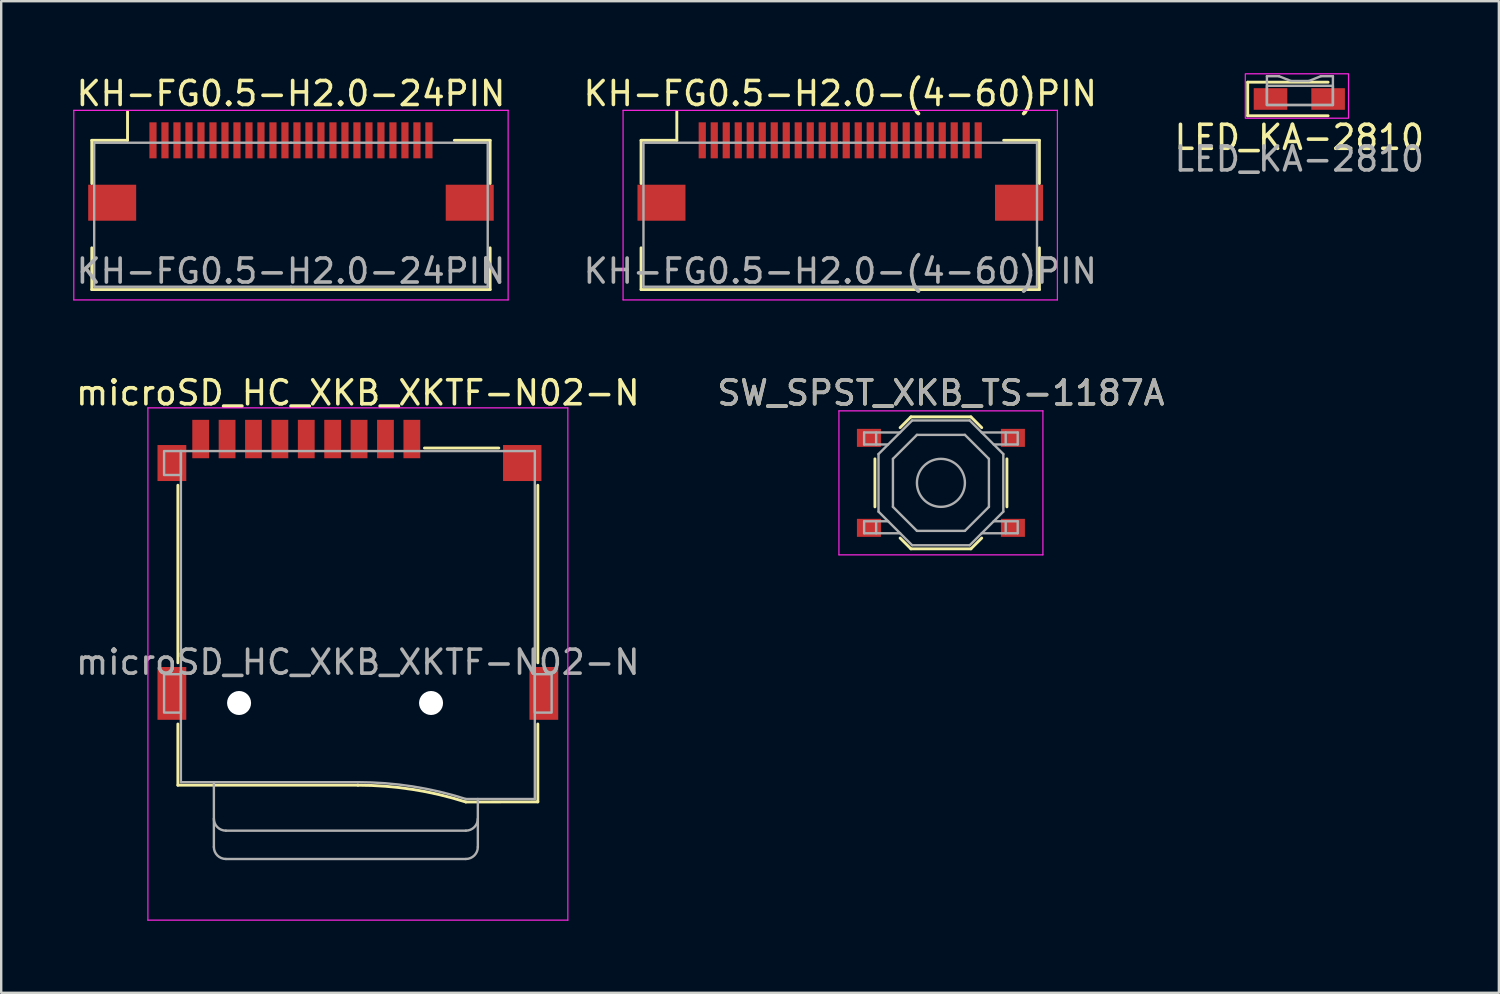
<source format=kicad_pcb>
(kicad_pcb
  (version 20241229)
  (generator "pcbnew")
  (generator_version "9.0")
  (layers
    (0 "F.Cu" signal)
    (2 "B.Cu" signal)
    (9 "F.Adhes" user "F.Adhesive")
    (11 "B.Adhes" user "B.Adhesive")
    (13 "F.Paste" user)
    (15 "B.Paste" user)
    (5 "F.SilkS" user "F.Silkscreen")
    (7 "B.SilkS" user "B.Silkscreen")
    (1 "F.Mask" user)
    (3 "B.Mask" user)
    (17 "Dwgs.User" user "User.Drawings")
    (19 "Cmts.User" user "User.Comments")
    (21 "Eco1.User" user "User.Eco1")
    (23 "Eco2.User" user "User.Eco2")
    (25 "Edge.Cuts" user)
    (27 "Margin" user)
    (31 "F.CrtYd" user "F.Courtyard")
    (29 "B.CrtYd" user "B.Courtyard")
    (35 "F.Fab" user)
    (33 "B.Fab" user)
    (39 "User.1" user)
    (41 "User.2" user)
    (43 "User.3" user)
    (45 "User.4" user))
  (footprint "microSD_HC_XKB_XKTF-N02-N"
    (layer "F.Cu")
    (at 11.863 20.396)
    (property "Reference" "microSD_HC_XKB_XKTF-N02-N" (at 0 -7.075 0) (layer "F.SilkS") (effects (font (size 1 1) (thickness 0.15))))
    (attr smd)
    (fp_line (start -7.5 -3.225) (end -7.5 4.175) (stroke (width 0.12) (type solid)) (layer "F.SilkS"))
    (fp_line (start -7.5 6.725) (end -7.5 9.275) (stroke (width 0.12) (type solid)) (layer "F.SilkS"))
    (fp_line (start -7.5 9.275) (end 0 9.275) (stroke (width 0.12) (type solid)) (layer "F.SilkS"))
    (fp_line (start 4.5 9.975) (end 7.5 9.97) (stroke (width 0.12) (type solid)) (layer "F.SilkS"))
    (fp_line (start 5.875 -4.775) (end 2.775 -4.775) (stroke (width 0.12) (type default)) (layer "F.SilkS"))
    (fp_line (start 7.5 4.175) (end 7.5 -3.225) (stroke (width 0.12) (type default)) (layer "F.SilkS"))
    (fp_line (start 7.5 9.97) (end 7.5 6.725) (stroke (width 0.12) (type solid)) (layer "F.SilkS"))
    (fp_arc (start 0 9.275) (mid 2.277115 9.450687) (end 4.5 9.975) (stroke (width 0.12) (type solid)) (layer "F.SilkS"))
    (fp_line (start -8.75 -6.45) (end 8.75 -6.45) (stroke (width 0.05) (type solid)) (layer "F.CrtYd"))
    (fp_line (start -8.75 14.9) (end -8.75 -6.45) (stroke (width 0.05) (type solid)) (layer "F.CrtYd"))
    (fp_line (start 8.75 -6.45) (end 8.75 14.9) (stroke (width 0.05) (type solid)) (layer "F.CrtYd"))
    (fp_line (start 8.75 14.9) (end -8.75 14.9) (stroke (width 0.05) (type solid)) (layer "F.CrtYd"))
    (fp_line (start -7.375 -4.65) (end -7.375 9.15) (stroke (width 0.1) (type solid)) (layer "F.Fab"))
    (fp_line (start -7.375 -4.65) (end 7.375 -4.65) (stroke (width 0.1) (type solid)) (layer "F.Fab"))
    (fp_line (start -7.375 9.15) (end 0 9.15) (stroke (width 0.1) (type default)) (layer "F.Fab"))
    (fp_line (start -6 9.15) (end -6 11.85) (stroke (width 0.1) (type solid)) (layer "F.Fab"))
    (fp_line (start 4.5 11.17) (end -5.5 11.17) (stroke (width 0.1) (type solid)) (layer "F.Fab"))
    (fp_line (start 4.5 12.35) (end -5.5 12.35) (stroke (width 0.1) (type solid)) (layer "F.Fab"))
    (fp_line (start 5 11.85) (end 5 9.85) (stroke (width 0.1) (type solid)) (layer "F.Fab"))
    (fp_line (start 7.375 9.85) (end 4.5 9.85) (stroke (width 0.1) (type solid)) (layer "F.Fab"))
    (fp_line (start 7.375 9.85) (end 7.375 -4.65) (stroke (width 0.1) (type solid)) (layer "F.Fab"))
    (fp_rect (start -7.375 -3.65) (end -8.075 -4.65) (stroke (width 0.1) (type default)) (fill no) (layer "F.Fab"))
    (fp_rect (start -7.375 6.25) (end -8.075 4.65) (stroke (width 0.1) (type default)) (fill no) (layer "F.Fab"))
    (fp_rect (start 8.075 6.25) (end 7.375 4.65) (stroke (width 0.1) (type default)) (fill no) (layer "F.Fab"))
    (fp_arc (start -5.499999 11.17) (mid -5.853552 11.023553) (end -5.999999 10.67) (stroke (width 0.1) (type solid)) (layer "F.Fab"))
    (fp_arc (start -5.499999 12.35) (mid -5.853552 12.203553) (end -5.999999 11.85) (stroke (width 0.1) (type solid)) (layer "F.Fab"))
    (fp_arc (start 0 9.15) (mid 2.277115 9.325687) (end 4.5 9.85) (stroke (width 0.1) (type solid)) (layer "F.Fab"))
    (fp_arc (start 5.000001 10.67) (mid 4.853554 11.023554) (end 4.500001 11.17) (stroke (width 0.1) (type solid)) (layer "F.Fab"))
    (fp_arc (start 5.000001 11.85) (mid 4.853554 12.203554) (end 4.500001 12.35) (stroke (width 0.1) (type solid)) (layer "F.Fab"))
    (fp_text user "${REFERENCE}" (at 0 4.15 180) (layer "F.Fab") (effects (font (size 1 1) (thickness 0.15))))
    (pad "" np_thru_hole circle (at -4.95 5.85) (size 1 1) (drill 1) (layers "*.Cu" "*.Mask"))
    (pad "" np_thru_hole circle (at 3.05 5.85) (size 1 1) (drill 1) (layers "*.Cu" "*.Mask"))
    (pad "1" smd rect (at 2.25 -5.15) (size 0.7 1.6) (layers "F.Cu" "F.Mask" "F.Paste"))
    (pad "2" smd rect (at 1.15 -5.15) (size 0.7 1.6) (layers "F.Cu" "F.Mask" "F.Paste"))
    (pad "3" smd rect (at 0.05 -5.15) (size 0.7 1.6) (layers "F.Cu" "F.Mask" "F.Paste"))
    (pad "4" smd rect (at -1.05 -5.15) (size 0.7 1.6) (layers "F.Cu" "F.Mask" "F.Paste"))
    (pad "5" smd rect (at -2.15 -5.15) (size 0.7 1.6) (layers "F.Cu" "F.Mask" "F.Paste"))
    (pad "6" smd rect (at -3.25 -5.15) (size 0.7 1.6) (layers "F.Cu" "F.Mask" "F.Paste"))
    (pad "7" smd rect (at -4.35 -5.15) (size 0.7 1.6) (layers "F.Cu" "F.Mask" "F.Paste"))
    (pad "8" smd rect (at -5.45 -5.15) (size 0.7 1.6) (layers "F.Cu" "F.Mask" "F.Paste"))
    (pad "9" smd rect (at -6.55 -5.15) (size 0.7 1.6) (layers "F.Cu" "F.Mask" "F.Paste"))
    (pad "10" smd rect (at -7.75 -4.15) (size 1.2 1.5) (layers "F.Cu" "F.Mask" "F.Paste"))
    (pad "10" smd rect (at -7.75 5.45) (size 1.2 2.2) (layers "F.Cu" "F.Mask" "F.Paste"))
    (pad "10" smd rect (at 6.85 -4.15) (size 1.6 1.5) (layers "F.Cu" "F.Mask" "F.Paste"))
    (pad "10" smd rect (at 7.75 5.45) (size 1.2 2.2) (layers "F.Cu" "F.Mask" "F.Paste")))
  (footprint "KH-FG0.5-H2.0-(4-60)PIN"
    (layer "F.Cu")
    (at 31.965 4.548)
    (property "Reference" "KH-FG0.5-H2.0-(4-60)PIN" (at 0 -3.7 0) (layer "F.SilkS") (effects (font (size 1 1) (thickness 0.15))))
    (attr smd)
    (fp_line (start -8.3 -1.75) (end -8.3 0.05) (stroke (width 0.12) (type solid)) (layer "F.SilkS"))
    (fp_line (start -8.3 2.73) (end -8.3 4.47) (stroke (width 0.12) (type solid)) (layer "F.SilkS"))
    (fp_line (start -8.3 4.47) (end 8.3 4.47) (stroke (width 0.12) (type solid)) (layer "F.SilkS"))
    (fp_line (start -6.81 -1.75) (end -8.3 -1.75) (stroke (width 0.12) (type solid)) (layer "F.SilkS"))
    (fp_line (start -6.81 -1.75) (end -6.81 -2.95) (stroke (width 0.12) (type solid)) (layer "F.SilkS"))
    (fp_line (start 6.81 -1.75) (end 8.3 -1.75) (stroke (width 0.12) (type solid)) (layer "F.SilkS"))
    (fp_line (start 8.3 -1.75) (end 8.3 0.05) (stroke (width 0.12) (type solid)) (layer "F.SilkS"))
    (fp_line (start 8.3 4.47) (end 8.3 2.73) (stroke (width 0.12) (type solid)) (layer "F.SilkS"))
    (fp_line (start -9.05 -3) (end -9.05 4.9) (stroke (width 0.05) (type solid)) (layer "F.CrtYd"))
    (fp_line (start -9.05 4.9) (end 9.05 4.9) (stroke (width 0.05) (type solid)) (layer "F.CrtYd"))
    (fp_line (start 9.05 -3) (end -9.05 -3) (stroke (width 0.05) (type solid)) (layer "F.CrtYd"))
    (fp_line (start 9.05 4.9) (end 9.05 -3) (stroke (width 0.05) (type solid)) (layer "F.CrtYd"))
    (fp_line (start -8.2 -1.65) (end -8.2 4.35) (stroke (width 0.1) (type solid)) (layer "F.Fab"))
    (fp_line (start -8.2 4.35) (end 0 4.35) (stroke (width 0.1) (type solid)) (layer "F.Fab"))
    (fp_line (start 0 -1.65) (end -8.2 -1.65) (stroke (width 0.1) (type solid)) (layer "F.Fab"))
    (fp_line (start 0 -1.65) (end 8.2 -1.65) (stroke (width 0.1) (type solid)) (layer "F.Fab"))
    (fp_line (start 8.2 -1.65) (end 8.2 4.35) (stroke (width 0.1) (type solid)) (layer "F.Fab"))
    (fp_line (start 8.2 4.35) (end 0 4.35) (stroke (width 0.1) (type solid)) (layer "F.Fab"))
    (fp_text user "${REFERENCE}" (at 0 3.7 0) (layer "F.Fab") (effects (font (size 1 1) (thickness 0.15))))
    (pad "1" smd rect (at -5.75 -1.75) (size 0.3 1.5) (layers "F.Cu" "F.Mask" "F.Paste"))
    (pad "2" smd rect (at -5.25 -1.75) (size 0.3 1.5) (layers "F.Cu" "F.Mask" "F.Paste"))
    (pad "3" smd rect (at -4.75 -1.75) (size 0.3 1.5) (layers "F.Cu" "F.Mask" "F.Paste"))
    (pad "4" smd rect (at -4.25 -1.75) (size 0.3 1.5) (layers "F.Cu" "F.Mask" "F.Paste"))
    (pad "5" smd rect (at -3.75 -1.75) (size 0.3 1.5) (layers "F.Cu" "F.Mask" "F.Paste"))
    (pad "6" smd rect (at -3.25 -1.75) (size 0.3 1.5) (layers "F.Cu" "F.Mask" "F.Paste"))
    (pad "7" smd rect (at -2.75 -1.75) (size 0.3 1.5) (layers "F.Cu" "F.Mask" "F.Paste"))
    (pad "8" smd rect (at -2.25 -1.75) (size 0.3 1.5) (layers "F.Cu" "F.Mask" "F.Paste"))
    (pad "9" smd rect (at -1.75 -1.75) (size 0.3 1.5) (layers "F.Cu" "F.Mask" "F.Paste"))
    (pad "10" smd rect (at -1.25 -1.75) (size 0.3 1.5) (layers "F.Cu" "F.Mask" "F.Paste"))
    (pad "11" smd rect (at -0.75 -1.75) (size 0.3 1.5) (layers "F.Cu" "F.Mask" "F.Paste"))
    (pad "12" smd rect (at -0.25 -1.75) (size 0.3 1.5) (layers "F.Cu" "F.Mask" "F.Paste"))
    (pad "13" smd rect (at 0.25 -1.75) (size 0.3 1.5) (layers "F.Cu" "F.Mask" "F.Paste"))
    (pad "14" smd rect (at 0.75 -1.75) (size 0.3 1.5) (layers "F.Cu" "F.Mask" "F.Paste"))
    (pad "15" smd rect (at 1.25 -1.75) (size 0.3 1.5) (layers "F.Cu" "F.Mask" "F.Paste"))
    (pad "16" smd rect (at 1.75 -1.75) (size 0.3 1.5) (layers "F.Cu" "F.Mask" "F.Paste"))
    (pad "17" smd rect (at 2.25 -1.75) (size 0.3 1.5) (layers "F.Cu" "F.Mask" "F.Paste"))
    (pad "18" smd rect (at 2.75 -1.75) (size 0.3 1.5) (layers "F.Cu" "F.Mask" "F.Paste"))
    (pad "19" smd rect (at 3.25 -1.75) (size 0.3 1.5) (layers "F.Cu" "F.Mask" "F.Paste"))
    (pad "20" smd rect (at 3.75 -1.75) (size 0.3 1.5) (layers "F.Cu" "F.Mask" "F.Paste"))
    (pad "21" smd rect (at 4.25 -1.75) (size 0.3 1.5) (layers "F.Cu" "F.Mask" "F.Paste"))
    (pad "22" smd rect (at 4.75 -1.75) (size 0.3 1.5) (layers "F.Cu" "F.Mask" "F.Paste"))
    (pad "23" smd rect (at 5.25 -1.75) (size 0.3 1.5) (layers "F.Cu" "F.Mask" "F.Paste"))
    (pad "24" smd rect (at 5.75 -1.75) (size 0.3 1.5) (layers "F.Cu" "F.Mask" "F.Paste"))
    (pad "MP" smd rect (at -7.45 0.85) (size 2 1.5) (layers "F.Cu" "F.Mask" "F.Paste"))
    (pad "MP" smd rect (at 7.45 0.85) (size 2 1.5) (layers "F.Cu" "F.Mask" "F.Paste")))
  (footprint "SW_SPST_XKB_TS-1187A"
    (layer "F.Cu")
    (at 36.161 17.072)
    (property "Reference" "SW_SPST_XKB_TS-1187A" (at 0 -3.75 0) (layer "F.SilkS") (effects (font (size 1 1) (thickness 0.15))))
    (attr smd)
    (fp_line (start -2.75 -1) (end -2.75 1) (stroke (width 0.12) (type solid)) (layer "F.SilkS"))
    (fp_line (start -1.7 -2.3) (end -1.25 -2.75) (stroke (width 0.12) (type solid)) (layer "F.SilkS"))
    (fp_line (start -1.7 2.3) (end -1.25 2.75) (stroke (width 0.12) (type solid)) (layer "F.SilkS"))
    (fp_line (start -1.25 -2.75) (end 1.25 -2.75) (stroke (width 0.12) (type solid)) (layer "F.SilkS"))
    (fp_line (start -1.25 2.75) (end 1.25 2.75) (stroke (width 0.12) (type solid)) (layer "F.SilkS"))
    (fp_line (start 1.7 -2.3) (end 1.25 -2.75) (stroke (width 0.12) (type solid)) (layer "F.SilkS"))
    (fp_line (start 1.7 2.3) (end 1.25 2.75) (stroke (width 0.12) (type solid)) (layer "F.SilkS"))
    (fp_line (start 2.75 -1) (end 2.75 1) (stroke (width 0.12) (type solid)) (layer "F.SilkS"))
    (fp_line (start -4.25 -3) (end 4.25 -3) (stroke (width 0.05) (type solid)) (layer "F.CrtYd"))
    (fp_line (start -4.25 3) (end -4.25 -3) (stroke (width 0.05) (type solid)) (layer "F.CrtYd"))
    (fp_line (start 4.25 -3) (end 4.25 3) (stroke (width 0.05) (type solid)) (layer "F.CrtYd"))
    (fp_line (start 4.25 3) (end -4.25 3) (stroke (width 0.05) (type solid)) (layer "F.CrtYd"))
    (fp_line (start -3.2 -2.1) (end -3.2 -1.6) (stroke (width 0.1) (type solid)) (layer "F.Fab"))
    (fp_line (start -3.2 -1.6) (end -2.2 -1.6) (stroke (width 0.1) (type solid)) (layer "F.Fab"))
    (fp_line (start -3.2 1.6) (end -2.2 1.6) (stroke (width 0.1) (type solid)) (layer "F.Fab"))
    (fp_line (start -3.2 2.1) (end -3.2 1.6) (stroke (width 0.1) (type solid)) (layer "F.Fab"))
    (fp_line (start -2.7 -2.1) (end -2.7 -1.6) (stroke (width 0.1) (type solid)) (layer "F.Fab"))
    (fp_line (start -2.7 2.1) (end -2.7 1.6) (stroke (width 0.1) (type solid)) (layer "F.Fab"))
    (fp_line (start -2.6 -1.2) (end -2.6 1.2) (stroke (width 0.1) (type solid)) (layer "F.Fab"))
    (fp_line (start -2.6 1.2) (end -1.2 2.6) (stroke (width 0.1) (type solid)) (layer "F.Fab"))
    (fp_line (start -2 -1) (end -1 -2) (stroke (width 0.1) (type solid)) (layer "F.Fab"))
    (fp_line (start -2 1) (end -2 -1) (stroke (width 0.1) (type solid)) (layer "F.Fab"))
    (fp_line (start -1.7 -2.1) (end -3.2 -2.1) (stroke (width 0.1) (type solid)) (layer "F.Fab"))
    (fp_line (start -1.7 2.1) (end -3.2 2.1) (stroke (width 0.1) (type solid)) (layer "F.Fab"))
    (fp_line (start -1.2 -2.6) (end -2.6 -1.2) (stroke (width 0.1) (type solid)) (layer "F.Fab"))
    (fp_line (start -1.2 2.6) (end 1.2 2.6) (stroke (width 0.1) (type solid)) (layer "F.Fab"))
    (fp_line (start -1 -2) (end 1 -2) (stroke (width 0.1) (type solid)) (layer "F.Fab"))
    (fp_line (start -1 2) (end -2 1) (stroke (width 0.1) (type solid)) (layer "F.Fab"))
    (fp_line (start 1 -2) (end 2 -1) (stroke (width 0.1) (type solid)) (layer "F.Fab"))
    (fp_line (start 1 2) (end -1 2) (stroke (width 0.1) (type solid)) (layer "F.Fab"))
    (fp_line (start 1.2 -2.6) (end -1.2 -2.6) (stroke (width 0.1) (type solid)) (layer "F.Fab"))
    (fp_line (start 1.2 2.6) (end 2.6 1.2) (stroke (width 0.1) (type solid)) (layer "F.Fab"))
    (fp_line (start 1.7 -2.1) (end 3.2 -2.1) (stroke (width 0.1) (type solid)) (layer "F.Fab"))
    (fp_line (start 1.7 2.1) (end 3.2 2.1) (stroke (width 0.1) (type solid)) (layer "F.Fab"))
    (fp_line (start 2 -1) (end 2 1) (stroke (width 0.1) (type solid)) (layer "F.Fab"))
    (fp_line (start 2 1) (end 1 2) (stroke (width 0.1) (type solid)) (layer "F.Fab"))
    (fp_line (start 2.6 -1.2) (end 1.2 -2.6) (stroke (width 0.1) (type solid)) (layer "F.Fab"))
    (fp_line (start 2.6 1.2) (end 2.6 -1.2) (stroke (width 0.1) (type solid)) (layer "F.Fab"))
    (fp_line (start 2.7 -2.1) (end 2.7 -1.6) (stroke (width 0.1) (type solid)) (layer "F.Fab"))
    (fp_line (start 2.7 2.1) (end 2.7 1.6) (stroke (width 0.1) (type solid)) (layer "F.Fab"))
    (fp_line (start 3.2 -2.1) (end 3.2 -1.6) (stroke (width 0.1) (type solid)) (layer "F.Fab"))
    (fp_line (start 3.2 -1.6) (end 2.2 -1.6) (stroke (width 0.1) (type solid)) (layer "F.Fab"))
    (fp_line (start 3.2 1.6) (end 2.2 1.6) (stroke (width 0.1) (type solid)) (layer "F.Fab"))
    (fp_line (start 3.2 2.1) (end 3.2 1.6) (stroke (width 0.1) (type solid)) (layer "F.Fab"))
    (fp_circle (center 0 0) (end 1 0) (stroke (width 0.1) (type solid)) (fill no) (layer "F.Fab"))
    (fp_text user "${REFERENCE}" (at 0 -3.75 0) (layer "F.Fab") (effects (font (size 1 1) (thickness 0.15))))
    (pad "1" smd rect (at -3 -1.875) (size 1 0.75) (layers "F.Cu" "F.Mask" "F.Paste"))
    (pad "1" smd rect (at 3 -1.875) (size 1 0.75) (layers "F.Cu" "F.Mask" "F.Paste"))
    (pad "2" smd rect (at -3 1.875) (size 1 0.75) (layers "F.Cu" "F.Mask" "F.Paste"))
    (pad "2" smd rect (at 3 1.875) (size 1 0.75) (layers "F.Cu" "F.Mask" "F.Paste")))
  (footprint "KH-FG0.5-H2.0-24PIN"
    (layer "F.Cu")
    (at 9.075 4.548)
    (property "Reference" "KH-FG0.5-H2.0-24PIN" (at 0 -3.7 0) (layer "F.SilkS") (effects (font (size 1 1) (thickness 0.15))))
    (attr smd)
    (fp_line (start -8.3 -1.75) (end -8.3 0.05) (stroke (width 0.12) (type solid)) (layer "F.SilkS"))
    (fp_line (start -8.3 2.73) (end -8.3 4.47) (stroke (width 0.12) (type solid)) (layer "F.SilkS"))
    (fp_line (start -8.3 4.47) (end 8.3 4.47) (stroke (width 0.12) (type solid)) (layer "F.SilkS"))
    (fp_line (start -6.81 -1.75) (end -8.3 -1.75) (stroke (width 0.12) (type solid)) (layer "F.SilkS"))
    (fp_line (start -6.81 -1.75) (end -6.81 -2.95) (stroke (width 0.12) (type solid)) (layer "F.SilkS"))
    (fp_line (start 6.81 -1.75) (end 8.3 -1.75) (stroke (width 0.12) (type solid)) (layer "F.SilkS"))
    (fp_line (start 8.3 -1.75) (end 8.3 0.05) (stroke (width 0.12) (type solid)) (layer "F.SilkS"))
    (fp_line (start 8.3 4.47) (end 8.3 2.73) (stroke (width 0.12) (type solid)) (layer "F.SilkS"))
    (fp_line (start -9.05 -3) (end -9.05 4.9) (stroke (width 0.05) (type solid)) (layer "F.CrtYd"))
    (fp_line (start -9.05 4.9) (end 9.05 4.9) (stroke (width 0.05) (type solid)) (layer "F.CrtYd"))
    (fp_line (start 9.05 -3) (end -9.05 -3) (stroke (width 0.05) (type solid)) (layer "F.CrtYd"))
    (fp_line (start 9.05 4.9) (end 9.05 -3) (stroke (width 0.05) (type solid)) (layer "F.CrtYd"))
    (fp_line (start -8.2 -1.65) (end -8.2 4.35) (stroke (width 0.1) (type solid)) (layer "F.Fab"))
    (fp_line (start -8.2 4.35) (end 0 4.35) (stroke (width 0.1) (type solid)) (layer "F.Fab"))
    (fp_line (start 0 -1.65) (end -8.2 -1.65) (stroke (width 0.1) (type solid)) (layer "F.Fab"))
    (fp_line (start 0 -1.65) (end 8.2 -1.65) (stroke (width 0.1) (type solid)) (layer "F.Fab"))
    (fp_line (start 8.2 -1.65) (end 8.2 4.35) (stroke (width 0.1) (type solid)) (layer "F.Fab"))
    (fp_line (start 8.2 4.35) (end 0 4.35) (stroke (width 0.1) (type solid)) (layer "F.Fab"))
    (fp_text user "${REFERENCE}" (at 0 3.7 0) (layer "F.Fab") (effects (font (size 1 1) (thickness 0.15))))
    (pad "1" smd rect (at -5.75 -1.75) (size 0.3 1.5) (layers "F.Cu" "F.Mask" "F.Paste"))
    (pad "2" smd rect (at -5.25 -1.75) (size 0.3 1.5) (layers "F.Cu" "F.Mask" "F.Paste"))
    (pad "3" smd rect (at -4.75 -1.75) (size 0.3 1.5) (layers "F.Cu" "F.Mask" "F.Paste"))
    (pad "4" smd rect (at -4.25 -1.75) (size 0.3 1.5) (layers "F.Cu" "F.Mask" "F.Paste"))
    (pad "5" smd rect (at -3.75 -1.75) (size 0.3 1.5) (layers "F.Cu" "F.Mask" "F.Paste"))
    (pad "6" smd rect (at -3.25 -1.75) (size 0.3 1.5) (layers "F.Cu" "F.Mask" "F.Paste"))
    (pad "7" smd rect (at -2.75 -1.75) (size 0.3 1.5) (layers "F.Cu" "F.Mask" "F.Paste"))
    (pad "8" smd rect (at -2.25 -1.75) (size 0.3 1.5) (layers "F.Cu" "F.Mask" "F.Paste"))
    (pad "9" smd rect (at -1.75 -1.75) (size 0.3 1.5) (layers "F.Cu" "F.Mask" "F.Paste"))
    (pad "10" smd rect (at -1.25 -1.75) (size 0.3 1.5) (layers "F.Cu" "F.Mask" "F.Paste"))
    (pad "11" smd rect (at -0.75 -1.75) (size 0.3 1.5) (layers "F.Cu" "F.Mask" "F.Paste"))
    (pad "12" smd rect (at -0.25 -1.75) (size 0.3 1.5) (layers "F.Cu" "F.Mask" "F.Paste"))
    (pad "13" smd rect (at 0.25 -1.75) (size 0.3 1.5) (layers "F.Cu" "F.Mask" "F.Paste"))
    (pad "14" smd rect (at 0.75 -1.75) (size 0.3 1.5) (layers "F.Cu" "F.Mask" "F.Paste"))
    (pad "15" smd rect (at 1.25 -1.75) (size 0.3 1.5) (layers "F.Cu" "F.Mask" "F.Paste"))
    (pad "16" smd rect (at 1.75 -1.75) (size 0.3 1.5) (layers "F.Cu" "F.Mask" "F.Paste"))
    (pad "17" smd rect (at 2.25 -1.75) (size 0.3 1.5) (layers "F.Cu" "F.Mask" "F.Paste"))
    (pad "18" smd rect (at 2.75 -1.75) (size 0.3 1.5) (layers "F.Cu" "F.Mask" "F.Paste"))
    (pad "19" smd rect (at 3.25 -1.75) (size 0.3 1.5) (layers "F.Cu" "F.Mask" "F.Paste"))
    (pad "20" smd rect (at 3.75 -1.75) (size 0.3 1.5) (layers "F.Cu" "F.Mask" "F.Paste"))
    (pad "21" smd rect (at 4.25 -1.75) (size 0.3 1.5) (layers "F.Cu" "F.Mask" "F.Paste"))
    (pad "22" smd rect (at 4.75 -1.75) (size 0.3 1.5) (layers "F.Cu" "F.Mask" "F.Paste"))
    (pad "23" smd rect (at 5.25 -1.75) (size 0.3 1.5) (layers "F.Cu" "F.Mask" "F.Paste"))
    (pad "24" smd rect (at 5.75 -1.75) (size 0.3 1.5) (layers "F.Cu" "F.Mask" "F.Paste"))
    (pad "MP" smd rect (at -7.45 0.85) (size 2 1.5) (layers "F.Cu" "F.Mask" "F.Paste"))
    (pad "MP" smd rect (at 7.45 0.85) (size 2 1.5) (layers "F.Cu" "F.Mask" "F.Paste")))
  (footprint "LED_KA-2810"
    (layer "F.Cu")
    (at 51.096 1.075)
    (property "Reference" "LED_KA-2810" (at 0 1.6 0) (unlocked yes) (layer "F.SilkS") (effects (font (size 1 1) (thickness 0.15))))
    (attr smd)
    (fp_line (start -2.15 -0.7) (end 1.2 -0.7) (stroke (width 0.12) (type solid)) (layer "F.SilkS"))
    (fp_line (start -2.15 0.7) (end -2.15 -0.7) (stroke (width 0.12) (type solid)) (layer "F.SilkS"))
    (fp_line (start 1.2 0.7) (end -2.15 0.7) (stroke (width 0.12) (type solid)) (layer "F.SilkS"))
    (fp_rect (start -2.25 0.8) (end 2.05 -1.05) (stroke (width 0.05) (type solid)) (fill no) (layer "F.CrtYd"))
    (fp_line (start -1.35 -0.95) (end -1.35 0.25) (stroke (width 0.1) (type solid)) (layer "F.Fab"))
    (fp_line (start -1.35 -0.95) (end -0.85 -0.95) (stroke (width 0.1) (type solid)) (layer "F.Fab"))
    (fp_line (start -1.35 0.25) (end 1.4 0.25) (stroke (width 0.1) (type solid)) (layer "F.Fab"))
    (fp_line (start -0.85 -0.95) (end -0.35 -0.75) (stroke (width 0.1) (type solid)) (layer "F.Fab"))
    (fp_line (start -0.35 -0.75) (end 0.4 -0.75) (stroke (width 0.1) (type solid)) (layer "F.Fab"))
    (fp_line (start 0.9 -0.95) (end 0.4 -0.75) (stroke (width 0.1) (type solid)) (layer "F.Fab"))
    (fp_line (start 1.4 -0.95) (end 0.9 -0.95) (stroke (width 0.1) (type solid)) (layer "F.Fab"))
    (fp_line (start 1.4 0.25) (end 1.4 -0.95) (stroke (width 0.1) (type solid)) (layer "F.Fab"))
    (fp_rect (start -1.35 0.25) (end 1.4 -0.55) (stroke (width 0.1) (type solid)) (fill no) (layer "F.Fab"))
    (fp_text user "${REFERENCE}" (at 0 2.5 0) (unlocked yes) (layer "F.Fab") (effects (font (size 1 1) (thickness 0.15))))
    (pad "1" smd rect (at -1.2 0) (size 1.4 0.9) (layers "F.Cu" "F.Mask" "F.Paste"))
    (pad "2" smd rect (at 1.2 0) (size 1.4 0.9) (layers "F.Cu" "F.Mask" "F.Paste")))
  (gr_rect
    (start -3 -3)
    (end 59.412 38.322)
    (stroke (width 0.1) (type default))
    (fill no)
    (layer "Edge.Cuts")))
</source>
